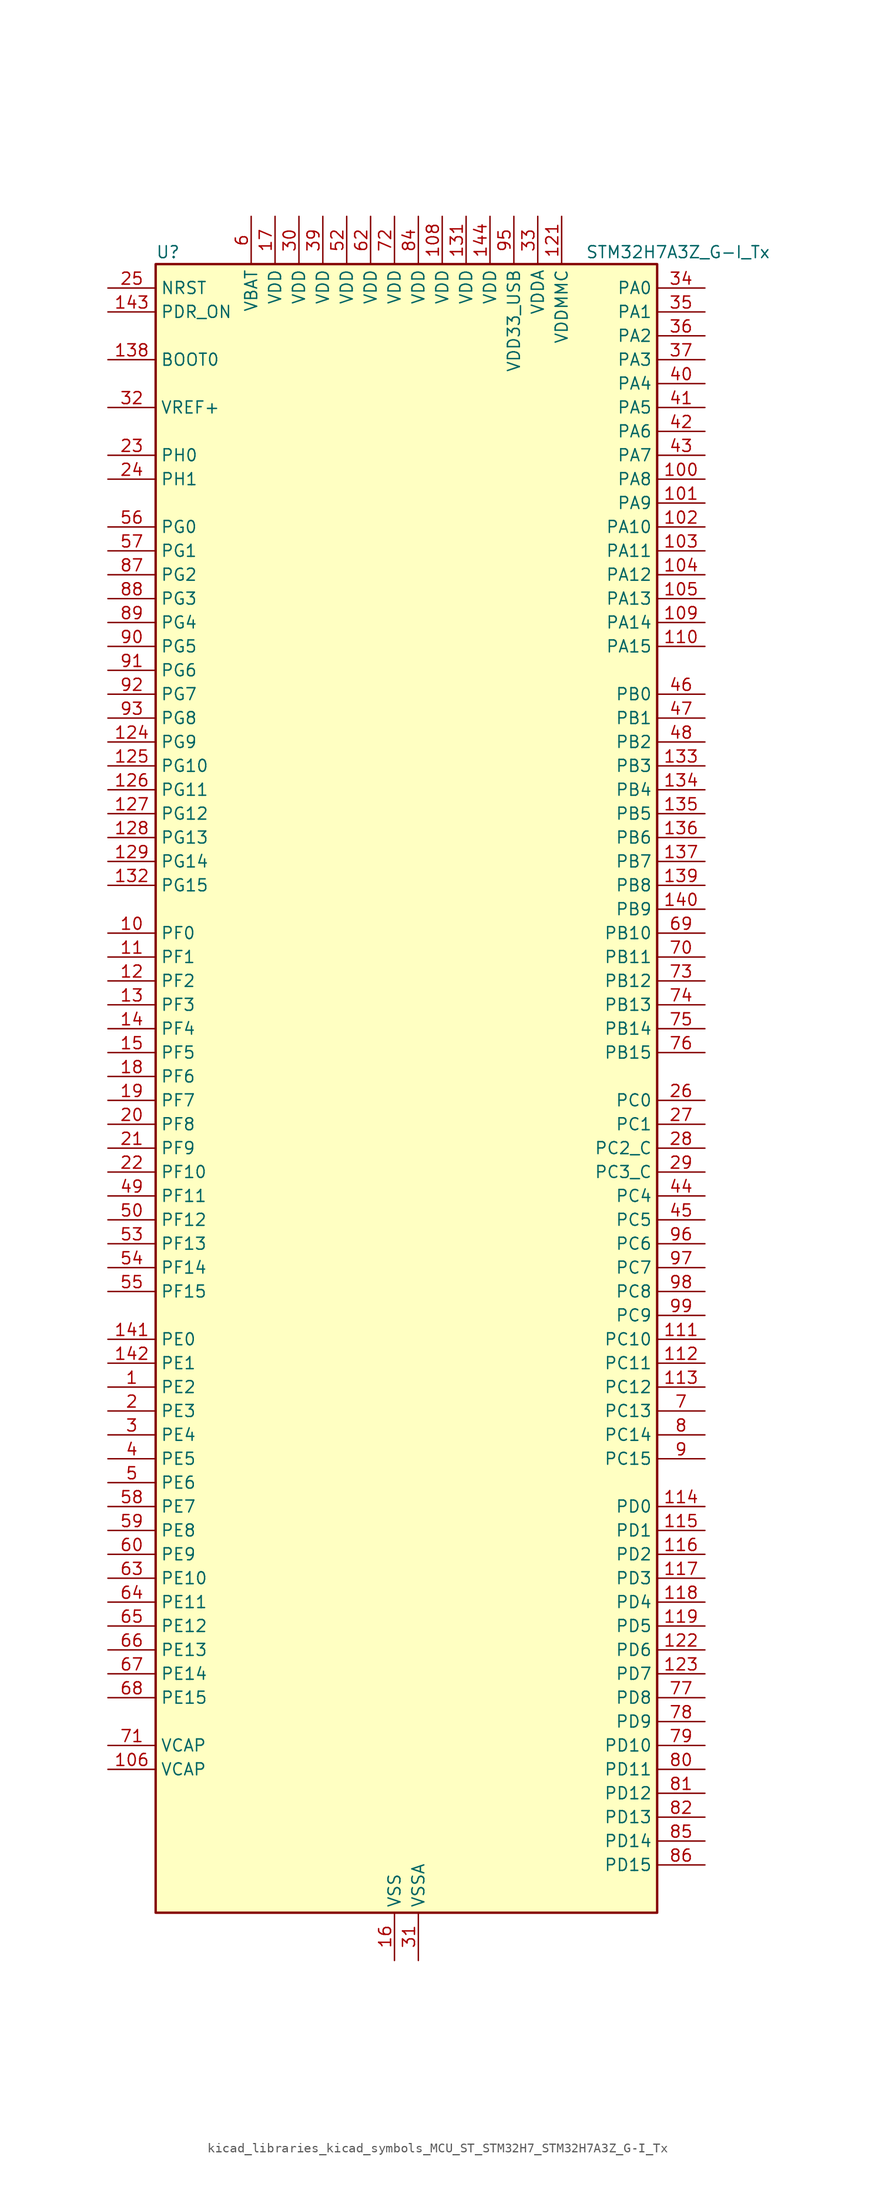
<source format=kicad_sym>
(kicad_symbol_lib
  (version 20220914)
  (generator kicad_symbol_editor)
  (symbol "kicad_libraries_kicad_symbols_MCU_ST_STM32H7_STM32H7A3Z_G-I_Tx"
    (property "Reference" "U"
      (at -25.4 90.17 0)
      (effects (font (size 1.27 1.27)) (justify left)))
    (property "Value" "STM32H7A3Z_G-I_Tx"
      (at 20.32 90.17 0)
      (effects (font (size 1.27 1.27)) (justify left)))
    (property "ki_locked" ""
      (at 0 0 0)
      (effects (font (size 1.27 1.27))))
    (symbol "kicad_libraries_kicad_symbols_MCU_ST_STM32H7_STM32H7A3Z_G-I_Tx_0_1"
      (rectangle (start -25.4 -86.36) (end 27.94 88.9) (stroke (width 0.254) (type default)) (fill (type background))))
    (symbol "kicad_libraries_kicad_symbols_MCU_ST_STM32H7_STM32H7A3Z_G-I_Tx_1_1"
      (pin bidirectional line (at -30.48 -30.48 0) (length 5.08) (name "PE2" (effects (font (size 1.27 1.27)))) (number "1" (effects (font (size 1.27 1.27)))) (alternate "DEBUG_TRACECLK" bidirectional line) (alternate "FMC_A23" bidirectional line) (alternate "OCTOSPIM_P1_IO2" bidirectional line) (alternate "SAI1_CK1" bidirectional line) (alternate "SAI1_MCLK_A" bidirectional line) (alternate "SPI4_SCK" bidirectional line) (alternate "USART10_RX" bidirectional line))
      (pin bidirectional line (at -30.48 17.78 0) (length 5.08) (name "PF0" (effects (font (size 1.27 1.27)))) (number "10" (effects (font (size 1.27 1.27)))) (alternate "FMC_A0" bidirectional line) (alternate "I2C2_SDA" bidirectional line) (alternate "OCTOSPIM_P2_IO0" bidirectional line))
      (pin bidirectional line (at 33.02 66.04 180) (length 5.08) (name "PA8" (effects (font (size 1.27 1.27)))) (number "100" (effects (font (size 1.27 1.27)))) (alternate "I2C3_SCL" bidirectional line) (alternate "LTDC_B3" bidirectional line) (alternate "LTDC_R6" bidirectional line) (alternate "RCC_MCO_1" bidirectional line) (alternate "TIM1_CH1" bidirectional line) (alternate "TIM8_BKIN2" bidirectional line) (alternate "TIM8_BKIN2_COMP1" bidirectional line) (alternate "TIM8_BKIN2_COMP2" bidirectional line) (alternate "UART7_RX" bidirectional line) (alternate "USART1_CK" bidirectional line) (alternate "USB_OTG_HS_SOF" bidirectional line))
      (pin bidirectional line (at 33.02 63.5 180) (length 5.08) (name "PA9" (effects (font (size 1.27 1.27)))) (number "101" (effects (font (size 1.27 1.27)))) (alternate "DAC1_EXTI9" bidirectional line) (alternate "DCMI_D0" bidirectional line) (alternate "I2C3_SMBA" bidirectional line) (alternate "I2S2_CK" bidirectional line) (alternate "LPUART1_TX" bidirectional line) (alternate "LTDC_R5" bidirectional line) (alternate "PSSI_D0" bidirectional line) (alternate "SPI2_SCK" bidirectional line) (alternate "TIM1_CH2" bidirectional line) (alternate "USART1_TX" bidirectional line) (alternate "USB_OTG_HS_VBUS" bidirectional line))
      (pin bidirectional line (at 33.02 60.96 180) (length 5.08) (name "PA10" (effects (font (size 1.27 1.27)))) (number "102" (effects (font (size 1.27 1.27)))) (alternate "DCMI_D1" bidirectional line) (alternate "LPUART1_RX" bidirectional line) (alternate "LTDC_B1" bidirectional line) (alternate "LTDC_B4" bidirectional line) (alternate "MDIOS_MDIO" bidirectional line) (alternate "PSSI_D1" bidirectional line) (alternate "TIM1_CH3" bidirectional line) (alternate "USART1_RX" bidirectional line) (alternate "USB_OTG_HS_ID" bidirectional line))
      (pin bidirectional line (at 33.02 58.42 180) (length 5.08) (name "PA11" (effects (font (size 1.27 1.27)))) (number "103" (effects (font (size 1.27 1.27)))) (alternate "ADC1_EXTI11" bidirectional line) (alternate "ADC2_EXTI11" bidirectional line) (alternate "FDCAN1_RX" bidirectional line) (alternate "I2S2_WS" bidirectional line) (alternate "LPUART1_CTS" bidirectional line) (alternate "LTDC_R4" bidirectional line) (alternate "SPI2_NSS" bidirectional line) (alternate "TIM1_CH4" bidirectional line) (alternate "UART4_RX" bidirectional line) (alternate "USART1_CTS" bidirectional line) (alternate "USART1_NSS" bidirectional line) (alternate "USB_OTG_HS_DM" bidirectional line))
      (pin bidirectional line (at 33.02 55.88 180) (length 5.08) (name "PA12" (effects (font (size 1.27 1.27)))) (number "104" (effects (font (size 1.27 1.27)))) (alternate "FDCAN1_TX" bidirectional line) (alternate "I2S2_CK" bidirectional line) (alternate "LPUART1_DE" bidirectional line) (alternate "LPUART1_RTS" bidirectional line) (alternate "LTDC_R5" bidirectional line) (alternate "SAI2_FS_B" bidirectional line) (alternate "SPI2_SCK" bidirectional line) (alternate "TIM1_ETR" bidirectional line) (alternate "UART4_TX" bidirectional line) (alternate "USART1_DE" bidirectional line) (alternate "USART1_RTS" bidirectional line) (alternate "USB_OTG_HS_DP" bidirectional line))
      (pin bidirectional line (at 33.02 53.34 180) (length 5.08) (name "PA13" (effects (font (size 1.27 1.27)))) (number "105" (effects (font (size 1.27 1.27)))) (alternate "DEBUG_JTMS-SWDIO" bidirectional line))
      (pin power_out line (at -30.48 -71.12 0) (length 5.08) (name "VCAP" (effects (font (size 1.27 1.27)))) (number "106" (effects (font (size 1.27 1.27)))))
      (pin passive line (at 0 -91.44 90) (length 5.08) hide (name "VSS" (effects (font (size 1.27 1.27)))) (number "107" (effects (font (size 1.27 1.27)))))
      (pin power_in line (at 5.08 93.98 270) (length 5.08) (name "VDD" (effects (font (size 1.27 1.27)))) (number "108" (effects (font (size 1.27 1.27)))))
      (pin bidirectional line (at 33.02 50.8 180) (length 5.08) (name "PA14" (effects (font (size 1.27 1.27)))) (number "109" (effects (font (size 1.27 1.27)))) (alternate "DEBUG_JTCK-SWCLK" bidirectional line))
      (pin bidirectional line (at -30.48 15.24 0) (length 5.08) (name "PF1" (effects (font (size 1.27 1.27)))) (number "11" (effects (font (size 1.27 1.27)))) (alternate "FMC_A1" bidirectional line) (alternate "I2C2_SCL" bidirectional line) (alternate "OCTOSPIM_P2_IO1" bidirectional line))
      (pin bidirectional line (at 33.02 48.26 180) (length 5.08) (name "PA15" (effects (font (size 1.27 1.27)))) (number "110" (effects (font (size 1.27 1.27)))) (alternate "ADC1_EXTI15" bidirectional line) (alternate "ADC2_EXTI15" bidirectional line) (alternate "CEC" bidirectional line) (alternate "DEBUG_JTDI" bidirectional line) (alternate "I2S1_WS" bidirectional line) (alternate "I2S3_WS" bidirectional line) (alternate "I2S6_WS" bidirectional line) (alternate "LTDC_B6" bidirectional line) (alternate "LTDC_R3" bidirectional line) (alternate "SPI1_NSS" bidirectional line) (alternate "SPI3_NSS" bidirectional line) (alternate "SPI6_NSS" bidirectional line) (alternate "TIM2_CH1" bidirectional line) (alternate "TIM2_ETR" bidirectional line) (alternate "UART4_DE" bidirectional line) (alternate "UART4_RTS" bidirectional line) (alternate "UART7_TX" bidirectional line))
      (pin bidirectional line (at 33.02 -25.4 180) (length 5.08) (name "PC10" (effects (font (size 1.27 1.27)))) (number "111" (effects (font (size 1.27 1.27)))) (alternate "DCMI_D8" bidirectional line) (alternate "DFSDM1_CKIN5" bidirectional line) (alternate "DFSDM2_CKIN0" bidirectional line) (alternate "I2S3_CK" bidirectional line) (alternate "LTDC_B1" bidirectional line) (alternate "LTDC_R2" bidirectional line) (alternate "OCTOSPIM_P1_IO1" bidirectional line) (alternate "PSSI_D8" bidirectional line) (alternate "SDMMC1_D2" bidirectional line) (alternate "SPI3_SCK" bidirectional line) (alternate "SWPMI1_RX" bidirectional line) (alternate "UART4_TX" bidirectional line) (alternate "USART3_TX" bidirectional line))
      (pin bidirectional line (at 33.02 -27.94 180) (length 5.08) (name "PC11" (effects (font (size 1.27 1.27)))) (number "112" (effects (font (size 1.27 1.27)))) (alternate "ADC1_EXTI11" bidirectional line) (alternate "ADC2_EXTI11" bidirectional line) (alternate "DCMI_D4" bidirectional line) (alternate "DFSDM1_DATIN5" bidirectional line) (alternate "DFSDM2_DATIN0" bidirectional line) (alternate "I2S3_SDI" bidirectional line) (alternate "LTDC_B4" bidirectional line) (alternate "OCTOSPIM_P1_NCS" bidirectional line) (alternate "PSSI_D4" bidirectional line) (alternate "SDMMC1_D3" bidirectional line) (alternate "SPI3_MISO" bidirectional line) (alternate "UART4_RX" bidirectional line) (alternate "USART3_RX" bidirectional line))
      (pin bidirectional line (at 33.02 -30.48 180) (length 5.08) (name "PC12" (effects (font (size 1.27 1.27)))) (number "113" (effects (font (size 1.27 1.27)))) (alternate "DCMI_D9" bidirectional line) (alternate "DEBUG_TRACED3" bidirectional line) (alternate "DFSDM2_CKOUT" bidirectional line) (alternate "I2S3_SDO" bidirectional line) (alternate "I2S6_CK" bidirectional line) (alternate "LTDC_R6" bidirectional line) (alternate "PSSI_D9" bidirectional line) (alternate "SDMMC1_CK" bidirectional line) (alternate "SPI3_MOSI" bidirectional line) (alternate "SPI6_SCK" bidirectional line) (alternate "TIM15_CH1" bidirectional line) (alternate "UART5_TX" bidirectional line) (alternate "USART3_CK" bidirectional line))
      (pin bidirectional line (at 33.02 -43.18 180) (length 5.08) (name "PD0" (effects (font (size 1.27 1.27)))) (number "114" (effects (font (size 1.27 1.27)))) (alternate "DFSDM1_CKIN6" bidirectional line) (alternate "FDCAN1_RX" bidirectional line) (alternate "FMC_D2" bidirectional line) (alternate "FMC_DA2" bidirectional line) (alternate "LTDC_B1" bidirectional line) (alternate "UART4_RX" bidirectional line) (alternate "UART9_CTS" bidirectional line))
      (pin bidirectional line (at 33.02 -45.72 180) (length 5.08) (name "PD1" (effects (font (size 1.27 1.27)))) (number "115" (effects (font (size 1.27 1.27)))) (alternate "DFSDM1_DATIN6" bidirectional line) (alternate "FDCAN1_TX" bidirectional line) (alternate "FMC_D3" bidirectional line) (alternate "FMC_DA3" bidirectional line) (alternate "UART4_TX" bidirectional line))
      (pin bidirectional line (at 33.02 -48.26 180) (length 5.08) (name "PD2" (effects (font (size 1.27 1.27)))) (number "116" (effects (font (size 1.27 1.27)))) (alternate "DCMI_D11" bidirectional line) (alternate "DEBUG_TRACED2" bidirectional line) (alternate "LTDC_B2" bidirectional line) (alternate "LTDC_B7" bidirectional line) (alternate "PSSI_D11" bidirectional line) (alternate "SDMMC1_CMD" bidirectional line) (alternate "TIM15_BKIN" bidirectional line) (alternate "TIM3_ETR" bidirectional line) (alternate "UART5_RX" bidirectional line))
      (pin bidirectional line (at 33.02 -50.8 180) (length 5.08) (name "PD3" (effects (font (size 1.27 1.27)))) (number "117" (effects (font (size 1.27 1.27)))) (alternate "DCMI_D5" bidirectional line) (alternate "DFSDM1_CKOUT" bidirectional line) (alternate "FMC_CLK" bidirectional line) (alternate "I2S2_CK" bidirectional line) (alternate "LTDC_G7" bidirectional line) (alternate "PSSI_D5" bidirectional line) (alternate "SPI2_SCK" bidirectional line) (alternate "USART2_CTS" bidirectional line) (alternate "USART2_NSS" bidirectional line))
      (pin bidirectional line (at 33.02 -53.34 180) (length 5.08) (name "PD4" (effects (font (size 1.27 1.27)))) (number "118" (effects (font (size 1.27 1.27)))) (alternate "FMC_NOE" bidirectional line) (alternate "OCTOSPIM_P1_IO4" bidirectional line) (alternate "USART2_DE" bidirectional line) (alternate "USART2_RTS" bidirectional line))
      (pin bidirectional line (at 33.02 -55.88 180) (length 5.08) (name "PD5" (effects (font (size 1.27 1.27)))) (number "119" (effects (font (size 1.27 1.27)))) (alternate "FMC_NWE" bidirectional line) (alternate "OCTOSPIM_P1_IO5" bidirectional line) (alternate "USART2_TX" bidirectional line))
      (pin bidirectional line (at -30.48 12.7 0) (length 5.08) (name "PF2" (effects (font (size 1.27 1.27)))) (number "12" (effects (font (size 1.27 1.27)))) (alternate "FMC_A2" bidirectional line) (alternate "I2C2_SMBA" bidirectional line) (alternate "OCTOSPIM_P2_IO2" bidirectional line))
      (pin passive line (at 0 -91.44 90) (length 5.08) hide (name "VSS" (effects (font (size 1.27 1.27)))) (number "120" (effects (font (size 1.27 1.27)))))
      (pin power_in line (at 17.78 93.98 270) (length 5.08) (name "VDDMMC" (effects (font (size 1.27 1.27)))) (number "121" (effects (font (size 1.27 1.27)))))
      (pin bidirectional line (at 33.02 -58.42 180) (length 5.08) (name "PD6" (effects (font (size 1.27 1.27)))) (number "122" (effects (font (size 1.27 1.27)))) (alternate "DCMI_D10" bidirectional line) (alternate "DFSDM1_CKIN4" bidirectional line) (alternate "DFSDM1_DATIN1" bidirectional line) (alternate "FMC_NWAIT" bidirectional line) (alternate "I2S3_SDO" bidirectional line) (alternate "LTDC_B2" bidirectional line) (alternate "OCTOSPIM_P1_IO6" bidirectional line) (alternate "PSSI_D10" bidirectional line) (alternate "SAI1_D1" bidirectional line) (alternate "SAI1_SD_A" bidirectional line) (alternate "SDMMC2_CK" bidirectional line) (alternate "SPI3_MOSI" bidirectional line) (alternate "USART2_RX" bidirectional line))
      (pin bidirectional line (at 33.02 -60.96 180) (length 5.08) (name "PD7" (effects (font (size 1.27 1.27)))) (number "123" (effects (font (size 1.27 1.27)))) (alternate "DFSDM1_CKIN1" bidirectional line) (alternate "DFSDM1_DATIN4" bidirectional line) (alternate "FMC_NE1" bidirectional line) (alternate "I2S1_SDO" bidirectional line) (alternate "OCTOSPIM_P1_IO7" bidirectional line) (alternate "SDMMC2_CMD" bidirectional line) (alternate "SPDIFRX_IN0" bidirectional line) (alternate "SPI1_MOSI" bidirectional line) (alternate "USART2_CK" bidirectional line))
      (pin bidirectional line (at -30.48 38.1 0) (length 5.08) (name "PG9" (effects (font (size 1.27 1.27)))) (number "124" (effects (font (size 1.27 1.27)))) (alternate "DAC1_EXTI9" bidirectional line) (alternate "DCMI_VSYNC" bidirectional line) (alternate "FMC_NCE" bidirectional line) (alternate "FMC_NE2" bidirectional line) (alternate "I2S1_SDI" bidirectional line) (alternate "OCTOSPIM_P1_IO6" bidirectional line) (alternate "PSSI_RDY" bidirectional line) (alternate "SAI2_FS_B" bidirectional line) (alternate "SDMMC2_D0" bidirectional line) (alternate "SPDIFRX_IN3" bidirectional line) (alternate "SPI1_MISO" bidirectional line) (alternate "USART6_RX" bidirectional line))
      (pin bidirectional line (at -30.48 35.56 0) (length 5.08) (name "PG10" (effects (font (size 1.27 1.27)))) (number "125" (effects (font (size 1.27 1.27)))) (alternate "DCMI_D2" bidirectional line) (alternate "FMC_NE3" bidirectional line) (alternate "I2S1_WS" bidirectional line) (alternate "LTDC_B2" bidirectional line) (alternate "LTDC_G3" bidirectional line) (alternate "OCTOSPIM_P2_IO6" bidirectional line) (alternate "PSSI_D2" bidirectional line) (alternate "SAI2_SD_B" bidirectional line) (alternate "SDMMC2_D1" bidirectional line) (alternate "SPI1_NSS" bidirectional line))
      (pin bidirectional line (at -30.48 33.02 0) (length 5.08) (name "PG11" (effects (font (size 1.27 1.27)))) (number "126" (effects (font (size 1.27 1.27)))) (alternate "ADC1_EXTI11" bidirectional line) (alternate "ADC2_EXTI11" bidirectional line) (alternate "DCMI_D3" bidirectional line) (alternate "I2S1_CK" bidirectional line) (alternate "LPTIM1_IN2" bidirectional line) (alternate "LTDC_B3" bidirectional line) (alternate "OCTOSPIM_P2_IO7" bidirectional line) (alternate "PSSI_D3" bidirectional line) (alternate "SDMMC2_D2" bidirectional line) (alternate "SPDIFRX_IN0" bidirectional line) (alternate "SPI1_SCK" bidirectional line) (alternate "USART10_RX" bidirectional line))
      (pin bidirectional line (at -30.48 30.48 0) (length 5.08) (name "PG12" (effects (font (size 1.27 1.27)))) (number "127" (effects (font (size 1.27 1.27)))) (alternate "FMC_NE4" bidirectional line) (alternate "I2S6_SDI" bidirectional line) (alternate "LPTIM1_IN1" bidirectional line) (alternate "LTDC_B1" bidirectional line) (alternate "LTDC_B4" bidirectional line) (alternate "OCTOSPIM_P2_NCS" bidirectional line) (alternate "SDMMC2_D3" bidirectional line) (alternate "SPDIFRX_IN1" bidirectional line) (alternate "SPI6_MISO" bidirectional line) (alternate "USART10_TX" bidirectional line) (alternate "USART6_DE" bidirectional line) (alternate "USART6_RTS" bidirectional line))
      (pin bidirectional line (at -30.48 27.94 0) (length 5.08) (name "PG13" (effects (font (size 1.27 1.27)))) (number "128" (effects (font (size 1.27 1.27)))) (alternate "DEBUG_TRACED0" bidirectional line) (alternate "FMC_A24" bidirectional line) (alternate "I2S6_CK" bidirectional line) (alternate "LPTIM1_OUT" bidirectional line) (alternate "LTDC_R0" bidirectional line) (alternate "SDMMC2_D6" bidirectional line) (alternate "SPI6_SCK" bidirectional line) (alternate "USART10_CTS" bidirectional line) (alternate "USART10_NSS" bidirectional line) (alternate "USART6_CTS" bidirectional line) (alternate "USART6_NSS" bidirectional line))
      (pin bidirectional line (at -30.48 25.4 0) (length 5.08) (name "PG14" (effects (font (size 1.27 1.27)))) (number "129" (effects (font (size 1.27 1.27)))) (alternate "DEBUG_TRACED1" bidirectional line) (alternate "FMC_A25" bidirectional line) (alternate "I2S6_SDO" bidirectional line) (alternate "LPTIM1_ETR" bidirectional line) (alternate "LTDC_B0" bidirectional line) (alternate "OCTOSPIM_P1_IO7" bidirectional line) (alternate "SDMMC2_D7" bidirectional line) (alternate "SPI6_MOSI" bidirectional line) (alternate "USART10_DE" bidirectional line) (alternate "USART10_RTS" bidirectional line) (alternate "USART6_TX" bidirectional line))
      (pin bidirectional line (at -30.48 10.16 0) (length 5.08) (name "PF3" (effects (font (size 1.27 1.27)))) (number "13" (effects (font (size 1.27 1.27)))) (alternate "FMC_A3" bidirectional line) (alternate "OCTOSPIM_P2_IO3" bidirectional line))
      (pin passive line (at 0 -91.44 90) (length 5.08) hide (name "VSS" (effects (font (size 1.27 1.27)))) (number "130" (effects (font (size 1.27 1.27)))))
      (pin power_in line (at 7.62 93.98 270) (length 5.08) (name "VDD" (effects (font (size 1.27 1.27)))) (number "131" (effects (font (size 1.27 1.27)))))
      (pin bidirectional line (at -30.48 22.86 0) (length 5.08) (name "PG15" (effects (font (size 1.27 1.27)))) (number "132" (effects (font (size 1.27 1.27)))) (alternate "ADC1_EXTI15" bidirectional line) (alternate "ADC2_EXTI15" bidirectional line) (alternate "DCMI_D13" bidirectional line) (alternate "FMC_SDNCAS" bidirectional line) (alternate "OCTOSPIM_P2_DQS" bidirectional line) (alternate "PSSI_D13" bidirectional line) (alternate "USART10_CK" bidirectional line) (alternate "USART6_CTS" bidirectional line) (alternate "USART6_NSS" bidirectional line))
      (pin bidirectional line (at 33.02 35.56 180) (length 5.08) (name "PB3" (effects (font (size 1.27 1.27)))) (number "133" (effects (font (size 1.27 1.27)))) (alternate "CRS_SYNC" bidirectional line) (alternate "DEBUG_JTDO-SWO" bidirectional line) (alternate "I2S1_CK" bidirectional line) (alternate "I2S3_CK" bidirectional line) (alternate "I2S6_CK" bidirectional line) (alternate "SDMMC2_D2" bidirectional line) (alternate "SPI1_SCK" bidirectional line) (alternate "SPI3_SCK" bidirectional line) (alternate "SPI6_SCK" bidirectional line) (alternate "TIM2_CH2" bidirectional line) (alternate "UART7_RX" bidirectional line))
      (pin bidirectional line (at 33.02 33.02 180) (length 5.08) (name "PB4" (effects (font (size 1.27 1.27)))) (number "134" (effects (font (size 1.27 1.27)))) (alternate "DEBUG_JTRST" bidirectional line) (alternate "I2S1_SDI" bidirectional line) (alternate "I2S2_WS" bidirectional line) (alternate "I2S3_SDI" bidirectional line) (alternate "I2S6_SDI" bidirectional line) (alternate "SDMMC2_D3" bidirectional line) (alternate "SPI1_MISO" bidirectional line) (alternate "SPI2_NSS" bidirectional line) (alternate "SPI3_MISO" bidirectional line) (alternate "SPI6_MISO" bidirectional line) (alternate "TIM16_BKIN" bidirectional line) (alternate "TIM3_CH1" bidirectional line) (alternate "UART7_TX" bidirectional line))
      (pin bidirectional line (at 33.02 30.48 180) (length 5.08) (name "PB5" (effects (font (size 1.27 1.27)))) (number "135" (effects (font (size 1.27 1.27)))) (alternate "DCMI_D10" bidirectional line) (alternate "FDCAN2_RX" bidirectional line) (alternate "FMC_SDCKE1" bidirectional line) (alternate "I2C1_SMBA" bidirectional line) (alternate "I2C4_SMBA" bidirectional line) (alternate "I2S1_SDO" bidirectional line) (alternate "I2S3_SDO" bidirectional line) (alternate "I2S6_SDO" bidirectional line) (alternate "LTDC_B5" bidirectional line) (alternate "PSSI_D10" bidirectional line) (alternate "SPI1_MOSI" bidirectional line) (alternate "SPI3_MOSI" bidirectional line) (alternate "SPI6_MOSI" bidirectional line) (alternate "TIM17_BKIN" bidirectional line) (alternate "TIM3_CH2" bidirectional line) (alternate "UART5_RX" bidirectional line) (alternate "USB_OTG_HS_ULPI_D7" bidirectional line))
      (pin bidirectional line (at 33.02 27.94 180) (length 5.08) (name "PB6" (effects (font (size 1.27 1.27)))) (number "136" (effects (font (size 1.27 1.27)))) (alternate "CEC" bidirectional line) (alternate "DCMI_D5" bidirectional line) (alternate "DFSDM1_DATIN5" bidirectional line) (alternate "FDCAN2_TX" bidirectional line) (alternate "FMC_SDNE1" bidirectional line) (alternate "I2C1_SCL" bidirectional line) (alternate "I2C4_SCL" bidirectional line) (alternate "LPUART1_TX" bidirectional line) (alternate "OCTOSPIM_P1_NCS" bidirectional line) (alternate "PSSI_D5" bidirectional line) (alternate "TIM16_CH1N" bidirectional line) (alternate "TIM4_CH1" bidirectional line) (alternate "UART5_TX" bidirectional line) (alternate "USART1_TX" bidirectional line))
      (pin bidirectional line (at 33.02 25.4 180) (length 5.08) (name "PB7" (effects (font (size 1.27 1.27)))) (number "137" (effects (font (size 1.27 1.27)))) (alternate "DCMI_VSYNC" bidirectional line) (alternate "DFSDM1_CKIN5" bidirectional line) (alternate "FMC_NL" bidirectional line) (alternate "I2C1_SDA" bidirectional line) (alternate "I2C4_SDA" bidirectional line) (alternate "LPUART1_RX" bidirectional line) (alternate "PSSI_RDY" bidirectional line) (alternate "PWR_PVD_IN" bidirectional line) (alternate "TIM17_CH1N" bidirectional line) (alternate "TIM4_CH2" bidirectional line) (alternate "USART1_RX" bidirectional line))
      (pin input line (at -30.48 78.74 0) (length 5.08) (name "BOOT0" (effects (font (size 1.27 1.27)))) (number "138" (effects (font (size 1.27 1.27)))))
      (pin bidirectional line (at 33.02 22.86 180) (length 5.08) (name "PB8" (effects (font (size 1.27 1.27)))) (number "139" (effects (font (size 1.27 1.27)))) (alternate "DCMI_D6" bidirectional line) (alternate "DFSDM1_CKIN7" bidirectional line) (alternate "FDCAN1_RX" bidirectional line) (alternate "I2C1_SCL" bidirectional line) (alternate "I2C4_SCL" bidirectional line) (alternate "LTDC_B6" bidirectional line) (alternate "PSSI_D6" bidirectional line) (alternate "SDMMC1_CKIN" bidirectional line) (alternate "SDMMC1_D4" bidirectional line) (alternate "SDMMC2_D4" bidirectional line) (alternate "TIM16_CH1" bidirectional line) (alternate "TIM4_CH3" bidirectional line) (alternate "UART4_RX" bidirectional line))
      (pin bidirectional line (at -30.48 7.62 0) (length 5.08) (name "PF4" (effects (font (size 1.27 1.27)))) (number "14" (effects (font (size 1.27 1.27)))) (alternate "FMC_A4" bidirectional line) (alternate "OCTOSPIM_P2_CLK" bidirectional line))
      (pin bidirectional line (at 33.02 20.32 180) (length 5.08) (name "PB9" (effects (font (size 1.27 1.27)))) (number "140" (effects (font (size 1.27 1.27)))) (alternate "DAC1_EXTI9" bidirectional line) (alternate "DCMI_D7" bidirectional line) (alternate "DFSDM1_DATIN7" bidirectional line) (alternate "FDCAN1_TX" bidirectional line) (alternate "I2C1_SDA" bidirectional line) (alternate "I2C4_SDA" bidirectional line) (alternate "I2C4_SMBA" bidirectional line) (alternate "I2S2_WS" bidirectional line) (alternate "LTDC_B7" bidirectional line) (alternate "PSSI_D7" bidirectional line) (alternate "SDMMC1_CDIR" bidirectional line) (alternate "SDMMC1_D5" bidirectional line) (alternate "SDMMC2_D5" bidirectional line) (alternate "SPI2_NSS" bidirectional line) (alternate "TIM17_CH1" bidirectional line) (alternate "TIM4_CH4" bidirectional line) (alternate "UART4_TX" bidirectional line))
      (pin bidirectional line (at -30.48 -25.4 0) (length 5.08) (name "PE0" (effects (font (size 1.27 1.27)))) (number "141" (effects (font (size 1.27 1.27)))) (alternate "DCMI_D2" bidirectional line) (alternate "FMC_NBL0" bidirectional line) (alternate "LPTIM1_ETR" bidirectional line) (alternate "LPTIM2_ETR" bidirectional line) (alternate "LTDC_R0" bidirectional line) (alternate "PSSI_D2" bidirectional line) (alternate "SAI2_MCLK_A" bidirectional line) (alternate "TIM4_ETR" bidirectional line) (alternate "UART8_RX" bidirectional line))
      (pin bidirectional line (at -30.48 -27.94 0) (length 5.08) (name "PE1" (effects (font (size 1.27 1.27)))) (number "142" (effects (font (size 1.27 1.27)))) (alternate "DCMI_D3" bidirectional line) (alternate "FMC_NBL1" bidirectional line) (alternate "LPTIM1_IN2" bidirectional line) (alternate "LTDC_R6" bidirectional line) (alternate "PSSI_D3" bidirectional line) (alternate "UART8_TX" bidirectional line))
      (pin input line (at -30.48 83.82 0) (length 5.08) (name "PDR_ON" (effects (font (size 1.27 1.27)))) (number "143" (effects (font (size 1.27 1.27)))))
      (pin power_in line (at 10.16 93.98 270) (length 5.08) (name "VDD" (effects (font (size 1.27 1.27)))) (number "144" (effects (font (size 1.27 1.27)))))
      (pin bidirectional line (at -30.48 5.08 0) (length 5.08) (name "PF5" (effects (font (size 1.27 1.27)))) (number "15" (effects (font (size 1.27 1.27)))) (alternate "FMC_A5" bidirectional line) (alternate "OCTOSPIM_P2_NCLK" bidirectional line))
      (pin power_in line (at 0 -91.44 90) (length 5.08) (name "VSS" (effects (font (size 1.27 1.27)))) (number "16" (effects (font (size 1.27 1.27)))))
      (pin power_in line (at -12.7 93.98 270) (length 5.08) (name "VDD" (effects (font (size 1.27 1.27)))) (number "17" (effects (font (size 1.27 1.27)))))
      (pin bidirectional line (at -30.48 2.54 0) (length 5.08) (name "PF6" (effects (font (size 1.27 1.27)))) (number "18" (effects (font (size 1.27 1.27)))) (alternate "OCTOSPIM_P1_IO3" bidirectional line) (alternate "SAI1_SD_B" bidirectional line) (alternate "SPI5_NSS" bidirectional line) (alternate "TIM16_CH1" bidirectional line) (alternate "UART7_RX" bidirectional line))
      (pin bidirectional line (at -30.48 0 0) (length 5.08) (name "PF7" (effects (font (size 1.27 1.27)))) (number "19" (effects (font (size 1.27 1.27)))) (alternate "OCTOSPIM_P1_IO2" bidirectional line) (alternate "SAI1_MCLK_B" bidirectional line) (alternate "SPI5_SCK" bidirectional line) (alternate "TIM17_CH1" bidirectional line) (alternate "UART7_TX" bidirectional line))
      (pin bidirectional line (at -30.48 -33.02 0) (length 5.08) (name "PE3" (effects (font (size 1.27 1.27)))) (number "2" (effects (font (size 1.27 1.27)))) (alternate "DEBUG_TRACED0" bidirectional line) (alternate "FMC_A19" bidirectional line) (alternate "SAI1_SD_B" bidirectional line) (alternate "TIM15_BKIN" bidirectional line) (alternate "USART10_TX" bidirectional line))
      (pin bidirectional line (at -30.48 -2.54 0) (length 5.08) (name "PF8" (effects (font (size 1.27 1.27)))) (number "20" (effects (font (size 1.27 1.27)))) (alternate "OCTOSPIM_P1_IO0" bidirectional line) (alternate "SAI1_SCK_B" bidirectional line) (alternate "SPI5_MISO" bidirectional line) (alternate "TIM13_CH1" bidirectional line) (alternate "TIM16_CH1N" bidirectional line) (alternate "UART7_DE" bidirectional line) (alternate "UART7_RTS" bidirectional line))
      (pin bidirectional line (at -30.48 -5.08 0) (length 5.08) (name "PF9" (effects (font (size 1.27 1.27)))) (number "21" (effects (font (size 1.27 1.27)))) (alternate "DAC1_EXTI9" bidirectional line) (alternate "OCTOSPIM_P1_IO1" bidirectional line) (alternate "SAI1_FS_B" bidirectional line) (alternate "SPI5_MOSI" bidirectional line) (alternate "TIM14_CH1" bidirectional line) (alternate "TIM17_CH1N" bidirectional line) (alternate "UART7_CTS" bidirectional line))
      (pin bidirectional line (at -30.48 -7.62 0) (length 5.08) (name "PF10" (effects (font (size 1.27 1.27)))) (number "22" (effects (font (size 1.27 1.27)))) (alternate "DCMI_D11" bidirectional line) (alternate "LTDC_DE" bidirectional line) (alternate "OCTOSPIM_P1_CLK" bidirectional line) (alternate "PSSI_D11" bidirectional line) (alternate "PSSI_D15" bidirectional line) (alternate "SAI1_D3" bidirectional line) (alternate "TIM16_BKIN" bidirectional line))
      (pin bidirectional line (at -30.48 68.58 0) (length 5.08) (name "PH0" (effects (font (size 1.27 1.27)))) (number "23" (effects (font (size 1.27 1.27)))) (alternate "RCC_OSC_IN" bidirectional line))
      (pin bidirectional line (at -30.48 66.04 0) (length 5.08) (name "PH1" (effects (font (size 1.27 1.27)))) (number "24" (effects (font (size 1.27 1.27)))) (alternate "RCC_OSC_OUT" bidirectional line))
      (pin input line (at -30.48 86.36 0) (length 5.08) (name "NRST" (effects (font (size 1.27 1.27)))) (number "25" (effects (font (size 1.27 1.27)))))
      (pin bidirectional line (at 33.02 0 180) (length 5.08) (name "PC0" (effects (font (size 1.27 1.27)))) (number "26" (effects (font (size 1.27 1.27)))) (alternate "ADC1_INP10" bidirectional line) (alternate "ADC2_INP10" bidirectional line) (alternate "DFSDM1_CKIN0" bidirectional line) (alternate "DFSDM1_DATIN4" bidirectional line) (alternate "FMC_A25" bidirectional line) (alternate "FMC_SDNWE" bidirectional line) (alternate "LTDC_G2" bidirectional line) (alternate "LTDC_R5" bidirectional line) (alternate "SAI2_FS_B" bidirectional line) (alternate "USB_OTG_HS_ULPI_STP" bidirectional line))
      (pin bidirectional line (at 33.02 -2.54 180) (length 5.08) (name "PC1" (effects (font (size 1.27 1.27)))) (number "27" (effects (font (size 1.27 1.27)))) (alternate "ADC1_INN10" bidirectional line) (alternate "ADC1_INP11" bidirectional line) (alternate "ADC2_INN10" bidirectional line) (alternate "ADC2_INP11" bidirectional line) (alternate "DEBUG_TRACED0" bidirectional line) (alternate "DFSDM1_CKIN4" bidirectional line) (alternate "DFSDM1_DATIN0" bidirectional line) (alternate "I2S2_SDO" bidirectional line) (alternate "LTDC_G5" bidirectional line) (alternate "MDIOS_MDC" bidirectional line) (alternate "OCTOSPIM_P1_IO4" bidirectional line) (alternate "PWR_WKUP6" bidirectional line) (alternate "RTC_TAMP3" bidirectional line) (alternate "SAI1_D1" bidirectional line) (alternate "SAI1_SD_A" bidirectional line) (alternate "SDMMC2_CK" bidirectional line) (alternate "SPI2_MOSI" bidirectional line))
      (pin bidirectional line (at 33.02 -5.08 180) (length 5.08) (name "PC2_C" (effects (font (size 1.27 1.27)))) (number "28" (effects (font (size 1.27 1.27)))) (alternate "ADC2_INN1" bidirectional line) (alternate "ADC2_INP0" bidirectional line) (alternate "DFSDM1_CKIN1" bidirectional line) (alternate "DFSDM1_CKOUT" bidirectional line) (alternate "FMC_SDNE0" bidirectional line) (alternate "I2S2_SDI" bidirectional line) (alternate "OCTOSPIM_P1_IO2" bidirectional line) (alternate "OCTOSPIM_P1_IO5" bidirectional line) (alternate "PWR_CSTOP" bidirectional line) (alternate "SPI2_MISO" bidirectional line) (alternate "USB_OTG_HS_ULPI_DIR" bidirectional line))
      (pin bidirectional line (at 33.02 -7.62 180) (length 5.08) (name "PC3_C" (effects (font (size 1.27 1.27)))) (number "29" (effects (font (size 1.27 1.27)))) (alternate "ADC2_INP1" bidirectional line) (alternate "DFSDM1_DATIN1" bidirectional line) (alternate "FMC_SDCKE0" bidirectional line) (alternate "I2S2_SDO" bidirectional line) (alternate "OCTOSPIM_P1_IO0" bidirectional line) (alternate "OCTOSPIM_P1_IO6" bidirectional line) (alternate "PWR_CSLEEP" bidirectional line) (alternate "SPI2_MOSI" bidirectional line) (alternate "USB_OTG_HS_ULPI_NXT" bidirectional line))
      (pin bidirectional line (at -30.48 -35.56 0) (length 5.08) (name "PE4" (effects (font (size 1.27 1.27)))) (number "3" (effects (font (size 1.27 1.27)))) (alternate "DCMI_D4" bidirectional line) (alternate "DEBUG_TRACED1" bidirectional line) (alternate "DFSDM1_DATIN3" bidirectional line) (alternate "FMC_A20" bidirectional line) (alternate "LTDC_B0" bidirectional line) (alternate "PSSI_D4" bidirectional line) (alternate "SAI1_D2" bidirectional line) (alternate "SAI1_FS_A" bidirectional line) (alternate "SPI4_NSS" bidirectional line) (alternate "TIM15_CH1N" bidirectional line))
      (pin power_in line (at -10.16 93.98 270) (length 5.08) (name "VDD" (effects (font (size 1.27 1.27)))) (number "30" (effects (font (size 1.27 1.27)))))
      (pin power_in line (at 2.54 -91.44 90) (length 5.08) (name "VSSA" (effects (font (size 1.27 1.27)))) (number "31" (effects (font (size 1.27 1.27)))))
      (pin input line (at -30.48 73.66 0) (length 5.08) (name "VREF+" (effects (font (size 1.27 1.27)))) (number "32" (effects (font (size 1.27 1.27)))) (alternate "VREFBUF_OUT" bidirectional line))
      (pin power_in line (at 15.24 93.98 270) (length 5.08) (name "VDDA" (effects (font (size 1.27 1.27)))) (number "33" (effects (font (size 1.27 1.27)))))
      (pin bidirectional line (at 33.02 86.36 180) (length 5.08) (name "PA0" (effects (font (size 1.27 1.27)))) (number "34" (effects (font (size 1.27 1.27)))) (alternate "ADC1_INP16" bidirectional line) (alternate "I2S6_WS" bidirectional line) (alternate "PWR_WKUP1" bidirectional line) (alternate "SAI2_SD_B" bidirectional line) (alternate "SDMMC2_CMD" bidirectional line) (alternate "SPI6_NSS" bidirectional line) (alternate "TIM15_BKIN" bidirectional line) (alternate "TIM2_CH1" bidirectional line) (alternate "TIM2_ETR" bidirectional line) (alternate "TIM5_CH1" bidirectional line) (alternate "TIM8_ETR" bidirectional line) (alternate "UART4_TX" bidirectional line) (alternate "USART2_CTS" bidirectional line) (alternate "USART2_NSS" bidirectional line))
      (pin bidirectional line (at 33.02 83.82 180) (length 5.08) (name "PA1" (effects (font (size 1.27 1.27)))) (number "35" (effects (font (size 1.27 1.27)))) (alternate "ADC1_INN16" bidirectional line) (alternate "ADC1_INP17" bidirectional line) (alternate "LPTIM3_OUT" bidirectional line) (alternate "LTDC_R2" bidirectional line) (alternate "OCTOSPIM_P1_DQS" bidirectional line) (alternate "OCTOSPIM_P1_IO3" bidirectional line) (alternate "SAI2_MCLK_B" bidirectional line) (alternate "TIM15_CH1N" bidirectional line) (alternate "TIM2_CH2" bidirectional line) (alternate "TIM5_CH2" bidirectional line) (alternate "UART4_RX" bidirectional line) (alternate "USART2_DE" bidirectional line) (alternate "USART2_RTS" bidirectional line))
      (pin bidirectional line (at 33.02 81.28 180) (length 5.08) (name "PA2" (effects (font (size 1.27 1.27)))) (number "36" (effects (font (size 1.27 1.27)))) (alternate "ADC1_INP14" bidirectional line) (alternate "DFSDM2_CKIN1" bidirectional line) (alternate "LTDC_R1" bidirectional line) (alternate "MDIOS_MDIO" bidirectional line) (alternate "PWR_WKUP2" bidirectional line) (alternate "SAI2_SCK_B" bidirectional line) (alternate "TIM15_CH1" bidirectional line) (alternate "TIM2_CH3" bidirectional line) (alternate "TIM5_CH3" bidirectional line) (alternate "USART2_TX" bidirectional line))
      (pin bidirectional line (at 33.02 78.74 180) (length 5.08) (name "PA3" (effects (font (size 1.27 1.27)))) (number "37" (effects (font (size 1.27 1.27)))) (alternate "ADC1_INP15" bidirectional line) (alternate "I2S6_MCK" bidirectional line) (alternate "LTDC_B2" bidirectional line) (alternate "LTDC_B5" bidirectional line) (alternate "OCTOSPIM_P1_CLK" bidirectional line) (alternate "TIM15_CH2" bidirectional line) (alternate "TIM2_CH4" bidirectional line) (alternate "TIM5_CH4" bidirectional line) (alternate "USART2_RX" bidirectional line) (alternate "USB_OTG_HS_ULPI_D0" bidirectional line))
      (pin passive line (at 0 -91.44 90) (length 5.08) hide (name "VSS" (effects (font (size 1.27 1.27)))) (number "38" (effects (font (size 1.27 1.27)))))
      (pin power_in line (at -7.62 93.98 270) (length 5.08) (name "VDD" (effects (font (size 1.27 1.27)))) (number "39" (effects (font (size 1.27 1.27)))))
      (pin bidirectional line (at -30.48 -38.1 0) (length 5.08) (name "PE5" (effects (font (size 1.27 1.27)))) (number "4" (effects (font (size 1.27 1.27)))) (alternate "DCMI_D6" bidirectional line) (alternate "DEBUG_TRACED2" bidirectional line) (alternate "DFSDM1_CKIN3" bidirectional line) (alternate "FMC_A21" bidirectional line) (alternate "LTDC_G0" bidirectional line) (alternate "PSSI_D6" bidirectional line) (alternate "SAI1_CK2" bidirectional line) (alternate "SAI1_SCK_A" bidirectional line) (alternate "SPI4_MISO" bidirectional line) (alternate "TIM15_CH1" bidirectional line))
      (pin bidirectional line (at 33.02 76.2 180) (length 5.08) (name "PA4" (effects (font (size 1.27 1.27)))) (number "40" (effects (font (size 1.27 1.27)))) (alternate "ADC1_INP18" bidirectional line) (alternate "DAC1_OUT1" bidirectional line) (alternate "DCMI_HSYNC" bidirectional line) (alternate "I2S1_WS" bidirectional line) (alternate "I2S3_WS" bidirectional line) (alternate "I2S6_WS" bidirectional line) (alternate "LTDC_VSYNC" bidirectional line) (alternate "PSSI_DE" bidirectional line) (alternate "SPI1_NSS" bidirectional line) (alternate "SPI3_NSS" bidirectional line) (alternate "SPI6_NSS" bidirectional line) (alternate "TIM5_ETR" bidirectional line) (alternate "USART2_CK" bidirectional line))
      (pin bidirectional line (at 33.02 73.66 180) (length 5.08) (name "PA5" (effects (font (size 1.27 1.27)))) (number "41" (effects (font (size 1.27 1.27)))) (alternate "ADC1_INN18" bidirectional line) (alternate "ADC1_INP19" bidirectional line) (alternate "DAC1_OUT2" bidirectional line) (alternate "I2S1_CK" bidirectional line) (alternate "I2S6_CK" bidirectional line) (alternate "LTDC_R4" bidirectional line) (alternate "PSSI_D14" bidirectional line) (alternate "PWR_NDSTOP2" bidirectional line) (alternate "SPI1_SCK" bidirectional line) (alternate "SPI6_SCK" bidirectional line) (alternate "TIM2_CH1" bidirectional line) (alternate "TIM2_ETR" bidirectional line) (alternate "TIM8_CH1N" bidirectional line) (alternate "USB_OTG_HS_ULPI_CK" bidirectional line))
      (pin bidirectional line (at 33.02 71.12 180) (length 5.08) (name "PA6" (effects (font (size 1.27 1.27)))) (number "42" (effects (font (size 1.27 1.27)))) (alternate "ADC1_INP3" bidirectional line) (alternate "ADC2_INP3" bidirectional line) (alternate "DAC2_OUT1" bidirectional line) (alternate "DCMI_PIXCLK" bidirectional line) (alternate "I2S1_SDI" bidirectional line) (alternate "I2S6_SDI" bidirectional line) (alternate "LTDC_G2" bidirectional line) (alternate "MDIOS_MDC" bidirectional line) (alternate "OCTOSPIM_P1_IO3" bidirectional line) (alternate "PSSI_PDCK" bidirectional line) (alternate "SPI1_MISO" bidirectional line) (alternate "SPI6_MISO" bidirectional line) (alternate "TIM13_CH1" bidirectional line) (alternate "TIM1_BKIN" bidirectional line) (alternate "TIM1_BKIN_COMP1" bidirectional line) (alternate "TIM1_BKIN_COMP2" bidirectional line) (alternate "TIM3_CH1" bidirectional line) (alternate "TIM8_BKIN" bidirectional line) (alternate "TIM8_BKIN_COMP1" bidirectional line) (alternate "TIM8_BKIN_COMP2" bidirectional line))
      (pin bidirectional line (at 33.02 68.58 180) (length 5.08) (name "PA7" (effects (font (size 1.27 1.27)))) (number "43" (effects (font (size 1.27 1.27)))) (alternate "ADC1_INN3" bidirectional line) (alternate "ADC1_INP7" bidirectional line) (alternate "ADC2_INN3" bidirectional line) (alternate "ADC2_INP7" bidirectional line) (alternate "DFSDM2_DATIN1" bidirectional line) (alternate "FMC_SDNWE" bidirectional line) (alternate "I2S1_SDO" bidirectional line) (alternate "I2S6_SDO" bidirectional line) (alternate "LTDC_VSYNC" bidirectional line) (alternate "OCTOSPIM_P1_IO2" bidirectional line) (alternate "OPAMP1_VINM" bidirectional line) (alternate "SPI1_MOSI" bidirectional line) (alternate "SPI6_MOSI" bidirectional line) (alternate "TIM14_CH1" bidirectional line) (alternate "TIM1_CH1N" bidirectional line) (alternate "TIM3_CH2" bidirectional line) (alternate "TIM8_CH1N" bidirectional line))
      (pin bidirectional line (at 33.02 -10.16 180) (length 5.08) (name "PC4" (effects (font (size 1.27 1.27)))) (number "44" (effects (font (size 1.27 1.27)))) (alternate "ADC1_INP4" bidirectional line) (alternate "ADC2_INP4" bidirectional line) (alternate "COMP1_INM" bidirectional line) (alternate "DFSDM1_CKIN2" bidirectional line) (alternate "FMC_SDNE0" bidirectional line) (alternate "I2S1_MCK" bidirectional line) (alternate "LTDC_R7" bidirectional line) (alternate "OPAMP1_VOUT" bidirectional line) (alternate "SPDIFRX_IN2" bidirectional line))
      (pin bidirectional line (at 33.02 -12.7 180) (length 5.08) (name "PC5" (effects (font (size 1.27 1.27)))) (number "45" (effects (font (size 1.27 1.27)))) (alternate "ADC1_INN4" bidirectional line) (alternate "ADC1_INP8" bidirectional line) (alternate "ADC2_INN4" bidirectional line) (alternate "ADC2_INP8" bidirectional line) (alternate "COMP1_OUT" bidirectional line) (alternate "DFSDM1_DATIN2" bidirectional line) (alternate "FMC_SDCKE0" bidirectional line) (alternate "LTDC_DE" bidirectional line) (alternate "OCTOSPIM_P1_DQS" bidirectional line) (alternate "OPAMP1_VINM" bidirectional line) (alternate "PSSI_D15" bidirectional line) (alternate "SAI1_D3" bidirectional line) (alternate "SPDIFRX_IN3" bidirectional line))
      (pin bidirectional line (at 33.02 43.18 180) (length 5.08) (name "PB0" (effects (font (size 1.27 1.27)))) (number "46" (effects (font (size 1.27 1.27)))) (alternate "ADC1_INN5" bidirectional line) (alternate "ADC1_INP9" bidirectional line) (alternate "ADC2_INN5" bidirectional line) (alternate "ADC2_INP9" bidirectional line) (alternate "COMP1_INP" bidirectional line) (alternate "DFSDM1_CKOUT" bidirectional line) (alternate "DFSDM2_CKOUT" bidirectional line) (alternate "LTDC_G1" bidirectional line) (alternate "LTDC_R3" bidirectional line) (alternate "OCTOSPIM_P1_IO1" bidirectional line) (alternate "OPAMP1_VINP" bidirectional line) (alternate "TIM1_CH2N" bidirectional line) (alternate "TIM3_CH3" bidirectional line) (alternate "TIM8_CH2N" bidirectional line) (alternate "UART4_CTS" bidirectional line) (alternate "USB_OTG_HS_ULPI_D1" bidirectional line))
      (pin bidirectional line (at 33.02 40.64 180) (length 5.08) (name "PB1" (effects (font (size 1.27 1.27)))) (number "47" (effects (font (size 1.27 1.27)))) (alternate "ADC1_INP5" bidirectional line) (alternate "ADC2_INP5" bidirectional line) (alternate "COMP1_INM" bidirectional line) (alternate "DFSDM1_DATIN1" bidirectional line) (alternate "LTDC_G0" bidirectional line) (alternate "LTDC_R6" bidirectional line) (alternate "OCTOSPIM_P1_IO0" bidirectional line) (alternate "TIM1_CH3N" bidirectional line) (alternate "TIM3_CH4" bidirectional line) (alternate "TIM8_CH3N" bidirectional line) (alternate "USB_OTG_HS_ULPI_D2" bidirectional line))
      (pin bidirectional line (at 33.02 38.1 180) (length 5.08) (name "PB2" (effects (font (size 1.27 1.27)))) (number "48" (effects (font (size 1.27 1.27)))) (alternate "COMP1_INP" bidirectional line) (alternate "DFSDM1_CKIN1" bidirectional line) (alternate "I2S3_SDO" bidirectional line) (alternate "OCTOSPIM_P1_CLK" bidirectional line) (alternate "OCTOSPIM_P1_DQS" bidirectional line) (alternate "RTC_OUT_ALARM" bidirectional line) (alternate "RTC_OUT_CALIB" bidirectional line) (alternate "SAI1_D1" bidirectional line) (alternate "SAI1_SD_A" bidirectional line) (alternate "SPI3_MOSI" bidirectional line))
      (pin bidirectional line (at -30.48 -10.16 0) (length 5.08) (name "PF11" (effects (font (size 1.27 1.27)))) (number "49" (effects (font (size 1.27 1.27)))) (alternate "ADC1_EXTI11" bidirectional line) (alternate "ADC1_INP2" bidirectional line) (alternate "ADC2_EXTI11" bidirectional line) (alternate "DCMI_D12" bidirectional line) (alternate "FMC_SDNRAS" bidirectional line) (alternate "OCTOSPIM_P1_NCLK" bidirectional line) (alternate "PSSI_D12" bidirectional line) (alternate "SAI2_SD_B" bidirectional line) (alternate "SPI5_MOSI" bidirectional line))
      (pin bidirectional line (at -30.48 -40.64 0) (length 5.08) (name "PE6" (effects (font (size 1.27 1.27)))) (number "5" (effects (font (size 1.27 1.27)))) (alternate "DCMI_D7" bidirectional line) (alternate "DEBUG_TRACED3" bidirectional line) (alternate "FMC_A22" bidirectional line) (alternate "LTDC_G1" bidirectional line) (alternate "PSSI_D7" bidirectional line) (alternate "SAI1_D1" bidirectional line) (alternate "SAI1_SD_A" bidirectional line) (alternate "SAI2_MCLK_B" bidirectional line) (alternate "SPI4_MOSI" bidirectional line) (alternate "TIM15_CH2" bidirectional line) (alternate "TIM1_BKIN2" bidirectional line) (alternate "TIM1_BKIN2_COMP1" bidirectional line) (alternate "TIM1_BKIN2_COMP2" bidirectional line))
      (pin bidirectional line (at -30.48 -12.7 0) (length 5.08) (name "PF12" (effects (font (size 1.27 1.27)))) (number "50" (effects (font (size 1.27 1.27)))) (alternate "ADC1_INN2" bidirectional line) (alternate "ADC1_INP6" bidirectional line) (alternate "FMC_A6" bidirectional line) (alternate "OCTOSPIM_P2_DQS" bidirectional line))
      (pin passive line (at 0 -91.44 90) (length 5.08) hide (name "VSS" (effects (font (size 1.27 1.27)))) (number "51" (effects (font (size 1.27 1.27)))))
      (pin power_in line (at -5.08 93.98 270) (length 5.08) (name "VDD" (effects (font (size 1.27 1.27)))) (number "52" (effects (font (size 1.27 1.27)))))
      (pin bidirectional line (at -30.48 -15.24 0) (length 5.08) (name "PF13" (effects (font (size 1.27 1.27)))) (number "53" (effects (font (size 1.27 1.27)))) (alternate "ADC2_INP2" bidirectional line) (alternate "DFSDM1_DATIN6" bidirectional line) (alternate "FMC_A7" bidirectional line) (alternate "I2C4_SMBA" bidirectional line))
      (pin bidirectional line (at -30.48 -17.78 0) (length 5.08) (name "PF14" (effects (font (size 1.27 1.27)))) (number "54" (effects (font (size 1.27 1.27)))) (alternate "ADC2_INN2" bidirectional line) (alternate "ADC2_INP6" bidirectional line) (alternate "DFSDM1_CKIN6" bidirectional line) (alternate "FMC_A8" bidirectional line) (alternate "I2C4_SCL" bidirectional line))
      (pin bidirectional line (at -30.48 -20.32 0) (length 5.08) (name "PF15" (effects (font (size 1.27 1.27)))) (number "55" (effects (font (size 1.27 1.27)))) (alternate "ADC1_EXTI15" bidirectional line) (alternate "ADC2_EXTI15" bidirectional line) (alternate "FMC_A9" bidirectional line) (alternate "I2C4_SDA" bidirectional line))
      (pin bidirectional line (at -30.48 60.96 0) (length 5.08) (name "PG0" (effects (font (size 1.27 1.27)))) (number "56" (effects (font (size 1.27 1.27)))) (alternate "FMC_A10" bidirectional line) (alternate "OCTOSPIM_P2_IO4" bidirectional line) (alternate "UART9_RX" bidirectional line))
      (pin bidirectional line (at -30.48 58.42 0) (length 5.08) (name "PG1" (effects (font (size 1.27 1.27)))) (number "57" (effects (font (size 1.27 1.27)))) (alternate "FMC_A11" bidirectional line) (alternate "OCTOSPIM_P2_IO5" bidirectional line) (alternate "OPAMP2_VINM" bidirectional line) (alternate "UART9_TX" bidirectional line))
      (pin bidirectional line (at -30.48 -43.18 0) (length 5.08) (name "PE7" (effects (font (size 1.27 1.27)))) (number "58" (effects (font (size 1.27 1.27)))) (alternate "COMP2_INM" bidirectional line) (alternate "DFSDM1_DATIN2" bidirectional line) (alternate "FMC_D4" bidirectional line) (alternate "FMC_DA4" bidirectional line) (alternate "OCTOSPIM_P1_IO4" bidirectional line) (alternate "OPAMP2_VOUT" bidirectional line) (alternate "TIM1_ETR" bidirectional line) (alternate "UART7_RX" bidirectional line))
      (pin bidirectional line (at -30.48 -45.72 0) (length 5.08) (name "PE8" (effects (font (size 1.27 1.27)))) (number "59" (effects (font (size 1.27 1.27)))) (alternate "COMP2_OUT" bidirectional line) (alternate "DFSDM1_CKIN2" bidirectional line) (alternate "FMC_D5" bidirectional line) (alternate "FMC_DA5" bidirectional line) (alternate "OCTOSPIM_P1_IO5" bidirectional line) (alternate "OPAMP2_VINM" bidirectional line) (alternate "TIM1_CH1N" bidirectional line) (alternate "UART7_TX" bidirectional line))
      (pin power_in line (at -15.24 93.98 270) (length 5.08) (name "VBAT" (effects (font (size 1.27 1.27)))) (number "6" (effects (font (size 1.27 1.27)))))
      (pin bidirectional line (at -30.48 -48.26 0) (length 5.08) (name "PE9" (effects (font (size 1.27 1.27)))) (number "60" (effects (font (size 1.27 1.27)))) (alternate "COMP2_INP" bidirectional line) (alternate "DAC1_EXTI9" bidirectional line) (alternate "DFSDM1_CKOUT" bidirectional line) (alternate "FMC_D6" bidirectional line) (alternate "FMC_DA6" bidirectional line) (alternate "OCTOSPIM_P1_IO6" bidirectional line) (alternate "OPAMP2_VINP" bidirectional line) (alternate "TIM1_CH1" bidirectional line) (alternate "UART7_DE" bidirectional line) (alternate "UART7_RTS" bidirectional line))
      (pin passive line (at 0 -91.44 90) (length 5.08) hide (name "VSS" (effects (font (size 1.27 1.27)))) (number "61" (effects (font (size 1.27 1.27)))))
      (pin power_in line (at -2.54 93.98 270) (length 5.08) (name "VDD" (effects (font (size 1.27 1.27)))) (number "62" (effects (font (size 1.27 1.27)))))
      (pin bidirectional line (at -30.48 -50.8 0) (length 5.08) (name "PE10" (effects (font (size 1.27 1.27)))) (number "63" (effects (font (size 1.27 1.27)))) (alternate "COMP2_INM" bidirectional line) (alternate "DFSDM1_DATIN4" bidirectional line) (alternate "FMC_D7" bidirectional line) (alternate "FMC_DA7" bidirectional line) (alternate "OCTOSPIM_P1_IO7" bidirectional line) (alternate "TIM1_CH2N" bidirectional line) (alternate "UART7_CTS" bidirectional line))
      (pin bidirectional line (at -30.48 -53.34 0) (length 5.08) (name "PE11" (effects (font (size 1.27 1.27)))) (number "64" (effects (font (size 1.27 1.27)))) (alternate "ADC1_EXTI11" bidirectional line) (alternate "ADC2_EXTI11" bidirectional line) (alternate "COMP2_INP" bidirectional line) (alternate "DFSDM1_CKIN4" bidirectional line) (alternate "FMC_D8" bidirectional line) (alternate "FMC_DA8" bidirectional line) (alternate "LTDC_G3" bidirectional line) (alternate "OCTOSPIM_P1_NCS" bidirectional line) (alternate "SAI2_SD_B" bidirectional line) (alternate "SPI4_NSS" bidirectional line) (alternate "TIM1_CH2" bidirectional line))
      (pin bidirectional line (at -30.48 -55.88 0) (length 5.08) (name "PE12" (effects (font (size 1.27 1.27)))) (number "65" (effects (font (size 1.27 1.27)))) (alternate "COMP1_OUT" bidirectional line) (alternate "DFSDM1_DATIN5" bidirectional line) (alternate "FMC_D9" bidirectional line) (alternate "FMC_DA9" bidirectional line) (alternate "LTDC_B4" bidirectional line) (alternate "SAI2_SCK_B" bidirectional line) (alternate "SPI4_SCK" bidirectional line) (alternate "TIM1_CH3N" bidirectional line))
      (pin bidirectional line (at -30.48 -58.42 0) (length 5.08) (name "PE13" (effects (font (size 1.27 1.27)))) (number "66" (effects (font (size 1.27 1.27)))) (alternate "COMP2_OUT" bidirectional line) (alternate "DFSDM1_CKIN5" bidirectional line) (alternate "FMC_D10" bidirectional line) (alternate "FMC_DA10" bidirectional line) (alternate "LTDC_DE" bidirectional line) (alternate "SAI2_FS_B" bidirectional line) (alternate "SPI4_MISO" bidirectional line) (alternate "TIM1_CH3" bidirectional line))
      (pin bidirectional line (at -30.48 -60.96 0) (length 5.08) (name "PE14" (effects (font (size 1.27 1.27)))) (number "67" (effects (font (size 1.27 1.27)))) (alternate "FMC_D11" bidirectional line) (alternate "FMC_DA11" bidirectional line) (alternate "LTDC_CLK" bidirectional line) (alternate "SAI2_MCLK_B" bidirectional line) (alternate "SPI4_MOSI" bidirectional line) (alternate "TIM1_CH4" bidirectional line))
      (pin bidirectional line (at -30.48 -63.5 0) (length 5.08) (name "PE15" (effects (font (size 1.27 1.27)))) (number "68" (effects (font (size 1.27 1.27)))) (alternate "ADC1_EXTI15" bidirectional line) (alternate "ADC2_EXTI15" bidirectional line) (alternate "FMC_D12" bidirectional line) (alternate "FMC_DA12" bidirectional line) (alternate "LTDC_R7" bidirectional line) (alternate "TIM1_BKIN" bidirectional line) (alternate "TIM1_BKIN_COMP1" bidirectional line) (alternate "TIM1_BKIN_COMP2" bidirectional line) (alternate "USART10_CK" bidirectional line))
      (pin bidirectional line (at 33.02 17.78 180) (length 5.08) (name "PB10" (effects (font (size 1.27 1.27)))) (number "69" (effects (font (size 1.27 1.27)))) (alternate "DFSDM1_DATIN7" bidirectional line) (alternate "I2C2_SCL" bidirectional line) (alternate "I2S2_CK" bidirectional line) (alternate "LPTIM2_IN1" bidirectional line) (alternate "LTDC_G4" bidirectional line) (alternate "OCTOSPIM_P1_NCS" bidirectional line) (alternate "SPI2_SCK" bidirectional line) (alternate "TIM2_CH3" bidirectional line) (alternate "USART3_TX" bidirectional line) (alternate "USB_OTG_HS_ULPI_D3" bidirectional line))
      (pin bidirectional line (at 33.02 -33.02 180) (length 5.08) (name "PC13" (effects (font (size 1.27 1.27)))) (number "7" (effects (font (size 1.27 1.27)))) (alternate "PWR_WKUP4" bidirectional line) (alternate "RTC_OUT_ALARM" bidirectional line) (alternate "RTC_OUT_CALIB" bidirectional line) (alternate "RTC_TAMP1" bidirectional line) (alternate "RTC_TS" bidirectional line))
      (pin bidirectional line (at 33.02 15.24 180) (length 5.08) (name "PB11" (effects (font (size 1.27 1.27)))) (number "70" (effects (font (size 1.27 1.27)))) (alternate "ADC1_EXTI11" bidirectional line) (alternate "ADC2_EXTI11" bidirectional line) (alternate "DFSDM1_CKIN7" bidirectional line) (alternate "I2C2_SDA" bidirectional line) (alternate "LPTIM2_ETR" bidirectional line) (alternate "LTDC_G5" bidirectional line) (alternate "TIM2_CH4" bidirectional line) (alternate "USART3_RX" bidirectional line) (alternate "USB_OTG_HS_ULPI_D4" bidirectional line))
      (pin power_out line (at -30.48 -68.58 0) (length 5.08) (name "VCAP" (effects (font (size 1.27 1.27)))) (number "71" (effects (font (size 1.27 1.27)))))
      (pin power_in line (at 0 93.98 270) (length 5.08) (name "VDD" (effects (font (size 1.27 1.27)))) (number "72" (effects (font (size 1.27 1.27)))))
      (pin bidirectional line (at 33.02 12.7 180) (length 5.08) (name "PB12" (effects (font (size 1.27 1.27)))) (number "73" (effects (font (size 1.27 1.27)))) (alternate "DFSDM1_DATIN1" bidirectional line) (alternate "DFSDM2_DATIN1" bidirectional line) (alternate "FDCAN2_RX" bidirectional line) (alternate "I2C2_SMBA" bidirectional line) (alternate "I2S2_WS" bidirectional line) (alternate "OCTOSPIM_P1_NCLK" bidirectional line) (alternate "SPI2_NSS" bidirectional line) (alternate "TIM1_BKIN" bidirectional line) (alternate "TIM1_BKIN_COMP1" bidirectional line) (alternate "TIM1_BKIN_COMP2" bidirectional line) (alternate "UART5_RX" bidirectional line) (alternate "USART3_CK" bidirectional line) (alternate "USB_OTG_HS_ULPI_D5" bidirectional line))
      (pin bidirectional line (at 33.02 10.16 180) (length 5.08) (name "PB13" (effects (font (size 1.27 1.27)))) (number "74" (effects (font (size 1.27 1.27)))) (alternate "DCMI_D2" bidirectional line) (alternate "DFSDM1_CKIN1" bidirectional line) (alternate "DFSDM2_CKIN1" bidirectional line) (alternate "FDCAN2_TX" bidirectional line) (alternate "I2S2_CK" bidirectional line) (alternate "LPTIM2_OUT" bidirectional line) (alternate "PSSI_D2" bidirectional line) (alternate "SDMMC1_D0" bidirectional line) (alternate "SPI2_SCK" bidirectional line) (alternate "TIM1_CH1N" bidirectional line) (alternate "UART5_TX" bidirectional line) (alternate "USART3_CTS" bidirectional line) (alternate "USART3_NSS" bidirectional line) (alternate "USB_OTG_HS_ULPI_D6" bidirectional line))
      (pin bidirectional line (at 33.02 7.62 180) (length 5.08) (name "PB14" (effects (font (size 1.27 1.27)))) (number "75" (effects (font (size 1.27 1.27)))) (alternate "DFSDM1_DATIN2" bidirectional line) (alternate "I2S2_SDI" bidirectional line) (alternate "LTDC_CLK" bidirectional line) (alternate "SDMMC2_D0" bidirectional line) (alternate "SPI2_MISO" bidirectional line) (alternate "TIM12_CH1" bidirectional line) (alternate "TIM1_CH2N" bidirectional line) (alternate "TIM8_CH2N" bidirectional line) (alternate "UART4_DE" bidirectional line) (alternate "UART4_RTS" bidirectional line) (alternate "USART1_TX" bidirectional line) (alternate "USART3_DE" bidirectional line) (alternate "USART3_RTS" bidirectional line))
      (pin bidirectional line (at 33.02 5.08 180) (length 5.08) (name "PB15" (effects (font (size 1.27 1.27)))) (number "76" (effects (font (size 1.27 1.27)))) (alternate "ADC1_EXTI15" bidirectional line) (alternate "ADC2_EXTI15" bidirectional line) (alternate "DFSDM1_CKIN2" bidirectional line) (alternate "I2S2_SDO" bidirectional line) (alternate "LTDC_G7" bidirectional line) (alternate "RTC_REFIN" bidirectional line) (alternate "SDMMC2_D1" bidirectional line) (alternate "SPI2_MOSI" bidirectional line) (alternate "TIM12_CH2" bidirectional line) (alternate "TIM1_CH3N" bidirectional line) (alternate "TIM8_CH3N" bidirectional line) (alternate "UART4_CTS" bidirectional line) (alternate "USART1_RX" bidirectional line))
      (pin bidirectional line (at 33.02 -63.5 180) (length 5.08) (name "PD8" (effects (font (size 1.27 1.27)))) (number "77" (effects (font (size 1.27 1.27)))) (alternate "DFSDM1_CKIN3" bidirectional line) (alternate "FMC_D13" bidirectional line) (alternate "FMC_DA13" bidirectional line) (alternate "SPDIFRX_IN1" bidirectional line) (alternate "USART3_TX" bidirectional line))
      (pin bidirectional line (at 33.02 -66.04 180) (length 5.08) (name "PD9" (effects (font (size 1.27 1.27)))) (number "78" (effects (font (size 1.27 1.27)))) (alternate "DAC1_EXTI9" bidirectional line) (alternate "DFSDM1_DATIN3" bidirectional line) (alternate "FMC_D14" bidirectional line) (alternate "FMC_DA14" bidirectional line) (alternate "USART3_RX" bidirectional line))
      (pin bidirectional line (at 33.02 -68.58 180) (length 5.08) (name "PD10" (effects (font (size 1.27 1.27)))) (number "79" (effects (font (size 1.27 1.27)))) (alternate "DFSDM1_CKOUT" bidirectional line) (alternate "DFSDM2_CKOUT" bidirectional line) (alternate "FMC_D15" bidirectional line) (alternate "FMC_DA15" bidirectional line) (alternate "LTDC_B3" bidirectional line) (alternate "USART3_CK" bidirectional line))
      (pin bidirectional line (at 33.02 -35.56 180) (length 5.08) (name "PC14" (effects (font (size 1.27 1.27)))) (number "8" (effects (font (size 1.27 1.27)))) (alternate "RCC_OSC32_IN" bidirectional line))
      (pin bidirectional line (at 33.02 -71.12 180) (length 5.08) (name "PD11" (effects (font (size 1.27 1.27)))) (number "80" (effects (font (size 1.27 1.27)))) (alternate "ADC1_EXTI11" bidirectional line) (alternate "ADC2_EXTI11" bidirectional line) (alternate "FMC_A16" bidirectional line) (alternate "FMC_CLE" bidirectional line) (alternate "I2C4_SMBA" bidirectional line) (alternate "LPTIM2_IN2" bidirectional line) (alternate "OCTOSPIM_P1_IO0" bidirectional line) (alternate "SAI2_SD_A" bidirectional line) (alternate "USART3_CTS" bidirectional line) (alternate "USART3_NSS" bidirectional line))
      (pin bidirectional line (at 33.02 -73.66 180) (length 5.08) (name "PD12" (effects (font (size 1.27 1.27)))) (number "81" (effects (font (size 1.27 1.27)))) (alternate "DCMI_D12" bidirectional line) (alternate "FMC_A17" bidirectional line) (alternate "FMC_ALE" bidirectional line) (alternate "I2C4_SCL" bidirectional line) (alternate "LPTIM1_IN1" bidirectional line) (alternate "LPTIM2_IN1" bidirectional line) (alternate "OCTOSPIM_P1_IO1" bidirectional line) (alternate "PSSI_D12" bidirectional line) (alternate "SAI2_FS_A" bidirectional line) (alternate "TIM4_CH1" bidirectional line) (alternate "USART3_DE" bidirectional line) (alternate "USART3_RTS" bidirectional line))
      (pin bidirectional line (at 33.02 -76.2 180) (length 5.08) (name "PD13" (effects (font (size 1.27 1.27)))) (number "82" (effects (font (size 1.27 1.27)))) (alternate "DCMI_D13" bidirectional line) (alternate "FMC_A18" bidirectional line) (alternate "I2C4_SDA" bidirectional line) (alternate "LPTIM1_OUT" bidirectional line) (alternate "OCTOSPIM_P1_IO3" bidirectional line) (alternate "PSSI_D13" bidirectional line) (alternate "SAI2_SCK_A" bidirectional line) (alternate "TIM4_CH2" bidirectional line) (alternate "UART9_DE" bidirectional line) (alternate "UART9_RTS" bidirectional line))
      (pin passive line (at 0 -91.44 90) (length 5.08) hide (name "VSS" (effects (font (size 1.27 1.27)))) (number "83" (effects (font (size 1.27 1.27)))))
      (pin power_in line (at 2.54 93.98 270) (length 5.08) (name "VDD" (effects (font (size 1.27 1.27)))) (number "84" (effects (font (size 1.27 1.27)))))
      (pin bidirectional line (at 33.02 -78.74 180) (length 5.08) (name "PD14" (effects (font (size 1.27 1.27)))) (number "85" (effects (font (size 1.27 1.27)))) (alternate "FMC_D0" bidirectional line) (alternate "FMC_DA0" bidirectional line) (alternate "TIM4_CH3" bidirectional line) (alternate "UART8_CTS" bidirectional line) (alternate "UART9_RX" bidirectional line))
      (pin bidirectional line (at 33.02 -81.28 180) (length 5.08) (name "PD15" (effects (font (size 1.27 1.27)))) (number "86" (effects (font (size 1.27 1.27)))) (alternate "ADC1_EXTI15" bidirectional line) (alternate "ADC2_EXTI15" bidirectional line) (alternate "FMC_D1" bidirectional line) (alternate "FMC_DA1" bidirectional line) (alternate "TIM4_CH4" bidirectional line) (alternate "UART8_DE" bidirectional line) (alternate "UART8_RTS" bidirectional line) (alternate "UART9_TX" bidirectional line))
      (pin bidirectional line (at -30.48 55.88 0) (length 5.08) (name "PG2" (effects (font (size 1.27 1.27)))) (number "87" (effects (font (size 1.27 1.27)))) (alternate "FMC_A12" bidirectional line) (alternate "TIM8_BKIN" bidirectional line) (alternate "TIM8_BKIN_COMP1" bidirectional line) (alternate "TIM8_BKIN_COMP2" bidirectional line))
      (pin bidirectional line (at -30.48 53.34 0) (length 5.08) (name "PG3" (effects (font (size 1.27 1.27)))) (number "88" (effects (font (size 1.27 1.27)))) (alternate "FMC_A13" bidirectional line) (alternate "TIM8_BKIN2" bidirectional line) (alternate "TIM8_BKIN2_COMP1" bidirectional line) (alternate "TIM8_BKIN2_COMP2" bidirectional line))
      (pin bidirectional line (at -30.48 50.8 0) (length 5.08) (name "PG4" (effects (font (size 1.27 1.27)))) (number "89" (effects (font (size 1.27 1.27)))) (alternate "FMC_A14" bidirectional line) (alternate "FMC_BA0" bidirectional line) (alternate "TIM1_BKIN2" bidirectional line) (alternate "TIM1_BKIN2_COMP1" bidirectional line) (alternate "TIM1_BKIN2_COMP2" bidirectional line))
      (pin bidirectional line (at 33.02 -38.1 180) (length 5.08) (name "PC15" (effects (font (size 1.27 1.27)))) (number "9" (effects (font (size 1.27 1.27)))) (alternate "ADC1_EXTI15" bidirectional line) (alternate "ADC2_EXTI15" bidirectional line) (alternate "RCC_OSC32_OUT" bidirectional line))
      (pin bidirectional line (at -30.48 48.26 0) (length 5.08) (name "PG5" (effects (font (size 1.27 1.27)))) (number "90" (effects (font (size 1.27 1.27)))) (alternate "FMC_A15" bidirectional line) (alternate "FMC_BA1" bidirectional line) (alternate "TIM1_ETR" bidirectional line))
      (pin bidirectional line (at -30.48 45.72 0) (length 5.08) (name "PG6" (effects (font (size 1.27 1.27)))) (number "91" (effects (font (size 1.27 1.27)))) (alternate "DCMI_D12" bidirectional line) (alternate "FMC_NE3" bidirectional line) (alternate "LTDC_R7" bidirectional line) (alternate "OCTOSPIM_P1_NCS" bidirectional line) (alternate "PSSI_D12" bidirectional line) (alternate "TIM17_BKIN" bidirectional line))
      (pin bidirectional line (at -30.48 43.18 0) (length 5.08) (name "PG7" (effects (font (size 1.27 1.27)))) (number "92" (effects (font (size 1.27 1.27)))) (alternate "DCMI_D13" bidirectional line) (alternate "FMC_INT" bidirectional line) (alternate "LTDC_CLK" bidirectional line) (alternate "OCTOSPIM_P2_DQS" bidirectional line) (alternate "PSSI_D13" bidirectional line) (alternate "SAI1_MCLK_A" bidirectional line) (alternate "USART6_CK" bidirectional line))
      (pin bidirectional line (at -30.48 40.64 0) (length 5.08) (name "PG8" (effects (font (size 1.27 1.27)))) (number "93" (effects (font (size 1.27 1.27)))) (alternate "FMC_SDCLK" bidirectional line) (alternate "I2S6_WS" bidirectional line) (alternate "LTDC_G7" bidirectional line) (alternate "SPDIFRX_IN2" bidirectional line) (alternate "SPI6_NSS" bidirectional line) (alternate "TIM8_ETR" bidirectional line) (alternate "USART6_DE" bidirectional line) (alternate "USART6_RTS" bidirectional line))
      (pin passive line (at 0 -91.44 90) (length 5.08) hide (name "VSS" (effects (font (size 1.27 1.27)))) (number "94" (effects (font (size 1.27 1.27)))))
      (pin power_in line (at 12.7 93.98 270) (length 5.08) (name "VDD33_USB" (effects (font (size 1.27 1.27)))) (number "95" (effects (font (size 1.27 1.27)))))
      (pin bidirectional line (at 33.02 -15.24 180) (length 5.08) (name "PC6" (effects (font (size 1.27 1.27)))) (number "96" (effects (font (size 1.27 1.27)))) (alternate "DCMI_D0" bidirectional line) (alternate "DFSDM1_CKIN3" bidirectional line) (alternate "FMC_NWAIT" bidirectional line) (alternate "I2S2_MCK" bidirectional line) (alternate "LTDC_HSYNC" bidirectional line) (alternate "PSSI_D0" bidirectional line) (alternate "SDMMC1_D0DIR" bidirectional line) (alternate "SDMMC1_D6" bidirectional line) (alternate "SDMMC2_D6" bidirectional line) (alternate "SWPMI1_IO" bidirectional line) (alternate "TIM3_CH1" bidirectional line) (alternate "TIM8_CH1" bidirectional line) (alternate "USART6_TX" bidirectional line))
      (pin bidirectional line (at 33.02 -17.78 180) (length 5.08) (name "PC7" (effects (font (size 1.27 1.27)))) (number "97" (effects (font (size 1.27 1.27)))) (alternate "DCMI_D1" bidirectional line) (alternate "DEBUG_TRGIO" bidirectional line) (alternate "DFSDM1_DATIN3" bidirectional line) (alternate "FMC_NE1" bidirectional line) (alternate "I2S3_MCK" bidirectional line) (alternate "LTDC_G6" bidirectional line) (alternate "PSSI_D1" bidirectional line) (alternate "SDMMC1_D123DIR" bidirectional line) (alternate "SDMMC1_D7" bidirectional line) (alternate "SDMMC2_D7" bidirectional line) (alternate "SWPMI1_TX" bidirectional line) (alternate "TIM3_CH2" bidirectional line) (alternate "TIM8_CH2" bidirectional line) (alternate "USART6_RX" bidirectional line))
      (pin bidirectional line (at 33.02 -20.32 180) (length 5.08) (name "PC8" (effects (font (size 1.27 1.27)))) (number "98" (effects (font (size 1.27 1.27)))) (alternate "DCMI_D2" bidirectional line) (alternate "DEBUG_TRACED1" bidirectional line) (alternate "FMC_INT" bidirectional line) (alternate "FMC_NCE" bidirectional line) (alternate "FMC_NE2" bidirectional line) (alternate "PSSI_D2" bidirectional line) (alternate "SDMMC1_D0" bidirectional line) (alternate "SWPMI1_RX" bidirectional line) (alternate "TIM3_CH3" bidirectional line) (alternate "TIM8_CH3" bidirectional line) (alternate "UART5_DE" bidirectional line) (alternate "UART5_RTS" bidirectional line) (alternate "USART6_CK" bidirectional line))
      (pin bidirectional line (at 33.02 -22.86 180) (length 5.08) (name "PC9" (effects (font (size 1.27 1.27)))) (number "99" (effects (font (size 1.27 1.27)))) (alternate "DAC1_EXTI9" bidirectional line) (alternate "DCMI_D3" bidirectional line) (alternate "I2C3_SDA" bidirectional line) (alternate "I2S_CKIN" bidirectional line) (alternate "LTDC_B2" bidirectional line) (alternate "LTDC_G3" bidirectional line) (alternate "OCTOSPIM_P1_IO0" bidirectional line) (alternate "PSSI_D3" bidirectional line) (alternate "RCC_MCO_2" bidirectional line) (alternate "SDMMC1_D1" bidirectional line) (alternate "SWPMI1_SUSPEND" bidirectional line) (alternate "TIM3_CH4" bidirectional line) (alternate "TIM8_CH4" bidirectional line) (alternate "UART5_CTS" bidirectional line)))))
</source>
